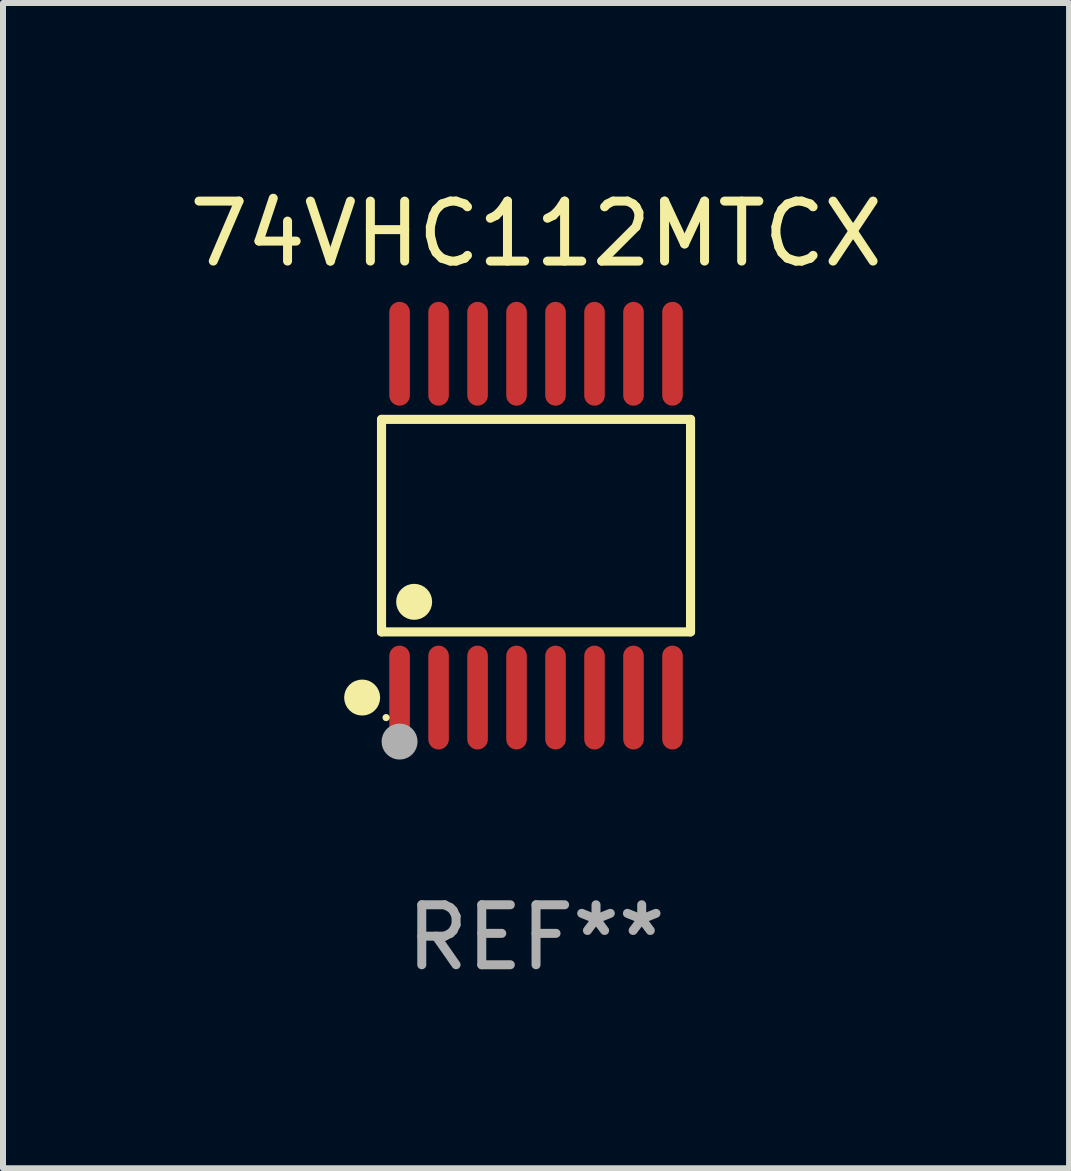
<source format=kicad_pcb>
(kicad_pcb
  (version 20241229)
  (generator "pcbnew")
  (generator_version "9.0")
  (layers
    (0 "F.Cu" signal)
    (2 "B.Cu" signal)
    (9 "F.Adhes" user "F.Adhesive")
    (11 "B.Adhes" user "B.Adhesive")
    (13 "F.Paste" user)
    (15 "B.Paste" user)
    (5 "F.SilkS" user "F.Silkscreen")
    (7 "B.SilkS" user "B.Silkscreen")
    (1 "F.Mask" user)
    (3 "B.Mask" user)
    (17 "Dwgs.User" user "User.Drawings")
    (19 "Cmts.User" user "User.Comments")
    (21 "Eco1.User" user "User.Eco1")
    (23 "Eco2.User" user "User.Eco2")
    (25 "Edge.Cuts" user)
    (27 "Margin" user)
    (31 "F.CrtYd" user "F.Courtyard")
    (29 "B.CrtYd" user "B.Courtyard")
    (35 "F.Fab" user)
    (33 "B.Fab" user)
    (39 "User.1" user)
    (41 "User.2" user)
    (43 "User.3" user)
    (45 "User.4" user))
  (footprint "74VHC112MTCX"
    (layer "F.Cu")
    (at 5.887 5.714)
    (property "Reference" "74VHC112MTCX" (at 0 -4.866 0) (layer "F.SilkS") (effects (font (size 1 1) (thickness 0.15))))
    (attr through_hole)
    (fp_line (start -2.576 -1.772) (end 2.576 -1.772) (stroke (width 0.152) (type solid)) (layer "F.SilkS"))
    (fp_line (start -2.576 1.771) (end -2.576 -1.772) (stroke (width 0.152) (type solid)) (layer "F.SilkS"))
    (fp_line (start 2.576 -1.772) (end 2.576 1.771) (stroke (width 0.152) (type solid)) (layer "F.SilkS"))
    (fp_line (start 2.576 1.771) (end -2.576 1.771) (stroke (width 0.152) (type solid)) (layer "F.SilkS"))
    (fp_circle (center -2.899 2.866) (end -2.749 2.866) (stroke (width 0.3) (type solid)) (fill no) (layer "F.SilkS"))
    (fp_circle (center -2.5 3.2) (end -2.47 3.2) (stroke (width 0.06) (type solid)) (fill no) (layer "F.SilkS"))
    (fp_circle (center -2.032 1.27) (end -1.882 1.27) (stroke (width 0.3) (type solid)) (fill no) (layer "F.SilkS"))
    (fp_circle (center -2.275 3.6) (end -2.125 3.6) (stroke (width 0.3) (type solid)) (fill no) (layer "F.Fab"))
    (fp_text user "REF**" (at 0 6.866 0) (layer "F.Fab") (effects (font (size 1 1) (thickness 0.15))))
    (pad "1" smd oval (at -2.275 2.866) (size 0.343 1.731) (layers "F.Cu" "F.Mask" "F.Paste"))
    (pad "2" smd oval (at -1.625 2.866) (size 0.343 1.731) (layers "F.Cu" "F.Mask" "F.Paste"))
    (pad "3" smd oval (at -0.975 2.866) (size 0.343 1.731) (layers "F.Cu" "F.Mask" "F.Paste"))
    (pad "4" smd oval (at -0.325 2.866) (size 0.343 1.731) (layers "F.Cu" "F.Mask" "F.Paste"))
    (pad "5" smd oval (at 0.325 2.866) (size 0.343 1.731) (layers "F.Cu" "F.Mask" "F.Paste"))
    (pad "6" smd oval (at 0.975 2.866) (size 0.343 1.731) (layers "F.Cu" "F.Mask" "F.Paste"))
    (pad "7" smd oval (at 1.625 2.866) (size 0.343 1.731) (layers "F.Cu" "F.Mask" "F.Paste"))
    (pad "8" smd oval (at 2.275 2.866) (size 0.343 1.731) (layers "F.Cu" "F.Mask" "F.Paste"))
    (pad "9" smd oval (at 2.275 -2.866) (size 0.343 1.731) (layers "F.Cu" "F.Mask" "F.Paste"))
    (pad "10" smd oval (at 1.625 -2.866) (size 0.343 1.731) (layers "F.Cu" "F.Mask" "F.Paste"))
    (pad "11" smd oval (at 0.975 -2.866) (size 0.343 1.731) (layers "F.Cu" "F.Mask" "F.Paste"))
    (pad "12" smd oval (at 0.325 -2.866) (size 0.343 1.731) (layers "F.Cu" "F.Mask" "F.Paste"))
    (pad "13" smd oval (at -0.325 -2.866) (size 0.343 1.731) (layers "F.Cu" "F.Mask" "F.Paste"))
    (pad "14" smd oval (at -0.975 -2.866) (size 0.343 1.731) (layers "F.Cu" "F.Mask" "F.Paste"))
    (pad "15" smd oval (at -1.625 -2.866) (size 0.343 1.731) (layers "F.Cu" "F.Mask" "F.Paste"))
    (pad "16" smd oval (at -2.275 -2.866) (size 0.343 1.731) (layers "F.Cu" "F.Mask" "F.Paste")))
  (gr_rect
    (start -3 -3)
    (end 14.774 16.428)
    (stroke (width 0.1) (type default))
    (fill no)
    (layer "Edge.Cuts")))
</source>
